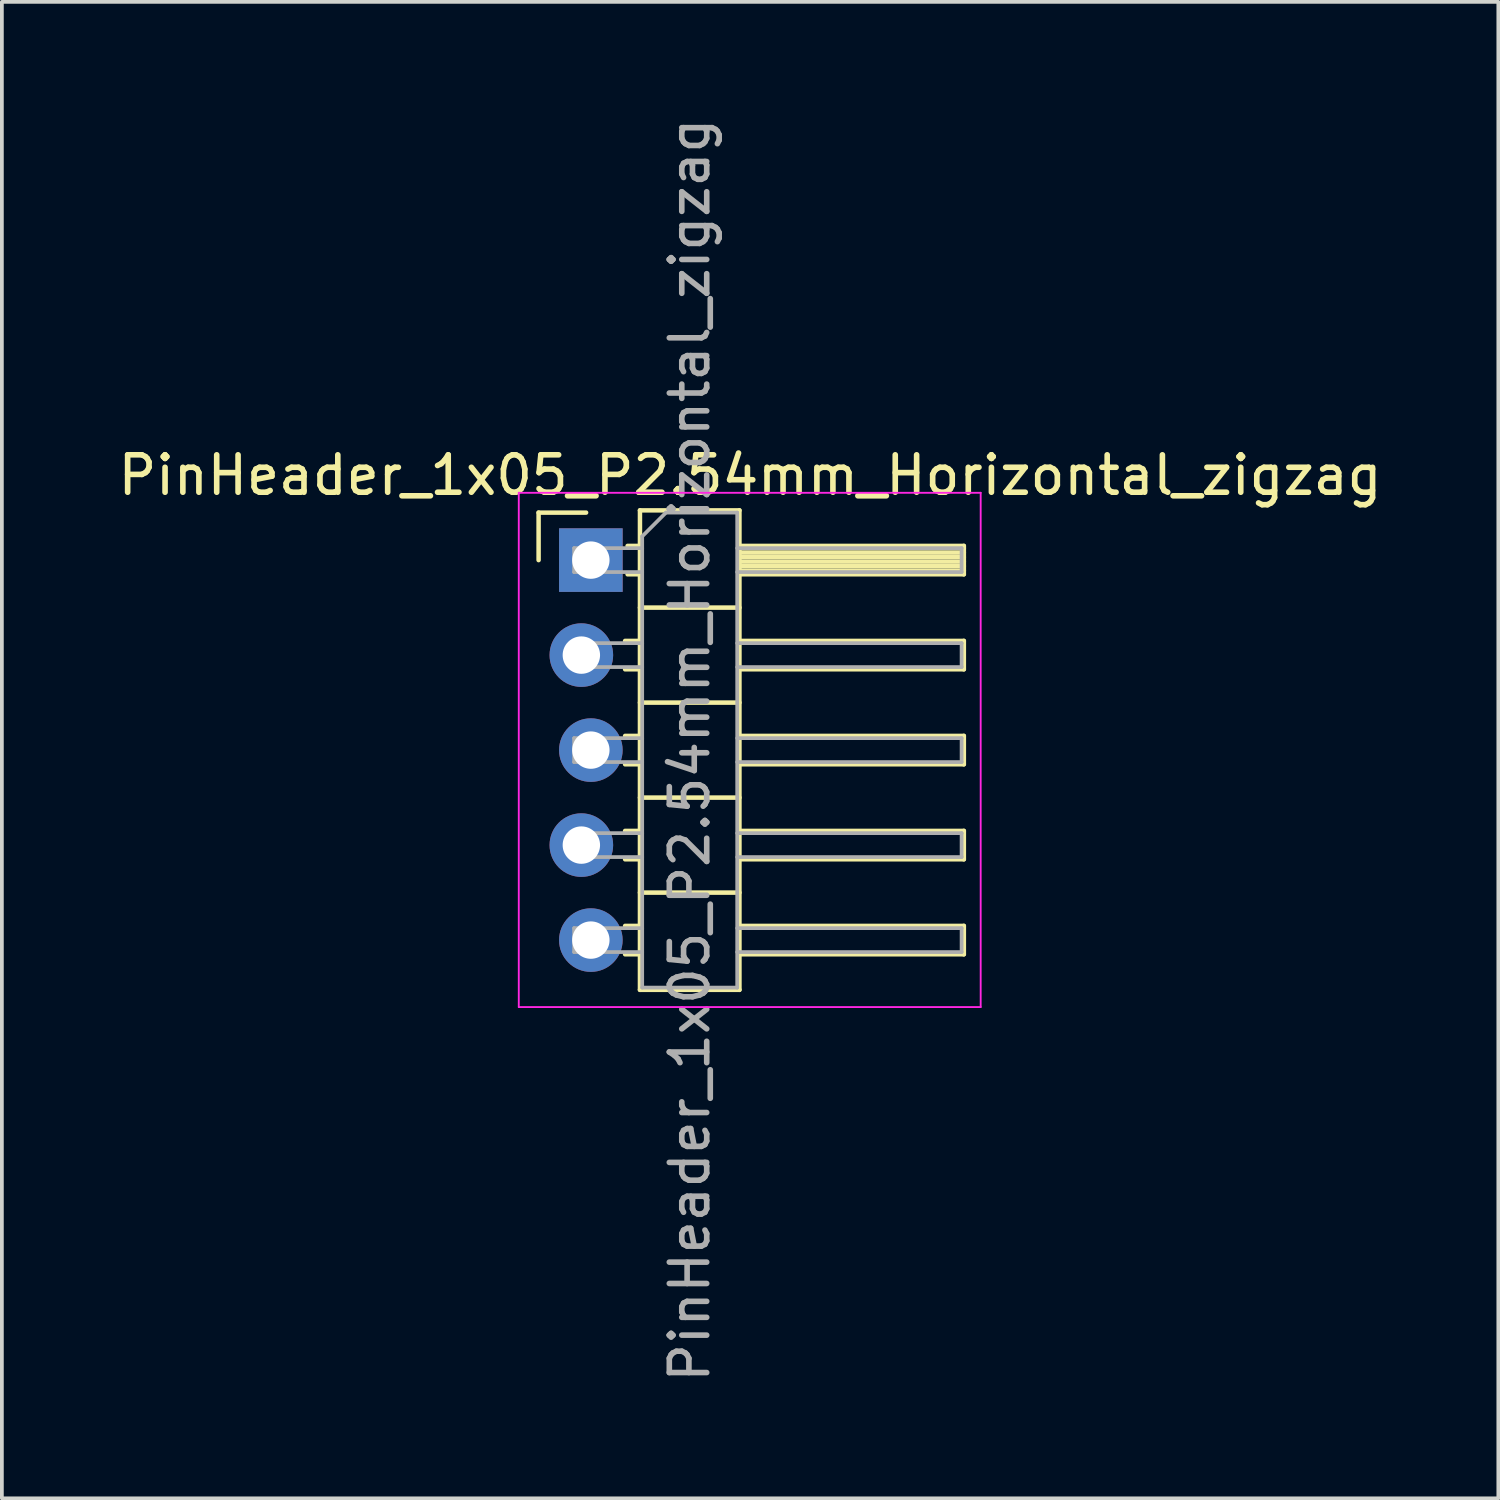
<source format=kicad_pcb>
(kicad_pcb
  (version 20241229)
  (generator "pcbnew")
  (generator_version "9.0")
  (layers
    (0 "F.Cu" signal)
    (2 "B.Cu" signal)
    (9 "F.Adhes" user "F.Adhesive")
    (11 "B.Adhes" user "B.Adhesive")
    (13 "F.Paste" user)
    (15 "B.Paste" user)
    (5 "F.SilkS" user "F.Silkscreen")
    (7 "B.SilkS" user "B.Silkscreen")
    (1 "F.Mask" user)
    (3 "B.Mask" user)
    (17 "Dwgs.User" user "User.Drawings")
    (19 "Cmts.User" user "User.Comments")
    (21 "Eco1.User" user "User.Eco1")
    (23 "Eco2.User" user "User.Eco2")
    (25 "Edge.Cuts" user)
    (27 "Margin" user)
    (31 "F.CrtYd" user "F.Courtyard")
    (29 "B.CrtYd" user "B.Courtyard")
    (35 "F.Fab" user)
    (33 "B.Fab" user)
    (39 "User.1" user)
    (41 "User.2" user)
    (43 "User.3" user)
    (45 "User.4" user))
  (footprint "PinHeader_1x05_P2.54mm_Horizontal_zigzag"
    (layer "F.Cu")
    (at 12.621 11.926)
    (property "Reference" "PinHeader_1x05_P2.54mm_Horizontal_zigzag" (at 4.385 -2.27 0) (layer "F.SilkS") (effects (font (size 1 1) (thickness 0.15))))
    (attr through_hole)
    (fp_line (start -1.27 -1.27) (end 0 -1.27) (stroke (width 0.12) (type solid)) (layer "F.SilkS"))
    (fp_line (start -1.27 0) (end -1.27 -1.27) (stroke (width 0.12) (type solid)) (layer "F.SilkS"))
    (fp_line (start 1.043 2.16) (end 1.44 2.16) (stroke (width 0.12) (type solid)) (layer "F.SilkS"))
    (fp_line (start 1.043 2.92) (end 1.44 2.92) (stroke (width 0.12) (type solid)) (layer "F.SilkS"))
    (fp_line (start 1.043 4.7) (end 1.44 4.7) (stroke (width 0.12) (type solid)) (layer "F.SilkS"))
    (fp_line (start 1.043 5.46) (end 1.44 5.46) (stroke (width 0.12) (type solid)) (layer "F.SilkS"))
    (fp_line (start 1.043 7.24) (end 1.44 7.24) (stroke (width 0.12) (type solid)) (layer "F.SilkS"))
    (fp_line (start 1.043 8) (end 1.44 8) (stroke (width 0.12) (type solid)) (layer "F.SilkS"))
    (fp_line (start 1.043 9.78) (end 1.44 9.78) (stroke (width 0.12) (type solid)) (layer "F.SilkS"))
    (fp_line (start 1.043 10.54) (end 1.44 10.54) (stroke (width 0.12) (type solid)) (layer "F.SilkS"))
    (fp_line (start 1.11 -0.38) (end 1.44 -0.38) (stroke (width 0.12) (type solid)) (layer "F.SilkS"))
    (fp_line (start 1.11 0.38) (end 1.44 0.38) (stroke (width 0.12) (type solid)) (layer "F.SilkS"))
    (fp_line (start 1.44 -1.33) (end 1.44 11.49) (stroke (width 0.12) (type solid)) (layer "F.SilkS"))
    (fp_line (start 1.44 1.27) (end 4.1 1.27) (stroke (width 0.12) (type solid)) (layer "F.SilkS"))
    (fp_line (start 1.44 3.81) (end 4.1 3.81) (stroke (width 0.12) (type solid)) (layer "F.SilkS"))
    (fp_line (start 1.44 6.35) (end 4.1 6.35) (stroke (width 0.12) (type solid)) (layer "F.SilkS"))
    (fp_line (start 1.44 8.89) (end 4.1 8.89) (stroke (width 0.12) (type solid)) (layer "F.SilkS"))
    (fp_line (start 1.44 11.49) (end 4.1 11.49) (stroke (width 0.12) (type solid)) (layer "F.SilkS"))
    (fp_line (start 4.1 -1.33) (end 1.44 -1.33) (stroke (width 0.12) (type solid)) (layer "F.SilkS"))
    (fp_line (start 4.1 -0.38) (end 10.1 -0.38) (stroke (width 0.12) (type solid)) (layer "F.SilkS"))
    (fp_line (start 4.1 -0.32) (end 10.1 -0.32) (stroke (width 0.12) (type solid)) (layer "F.SilkS"))
    (fp_line (start 4.1 -0.2) (end 10.1 -0.2) (stroke (width 0.12) (type solid)) (layer "F.SilkS"))
    (fp_line (start 4.1 -0.08) (end 10.1 -0.08) (stroke (width 0.12) (type solid)) (layer "F.SilkS"))
    (fp_line (start 4.1 0.04) (end 10.1 0.04) (stroke (width 0.12) (type solid)) (layer "F.SilkS"))
    (fp_line (start 4.1 0.16) (end 10.1 0.16) (stroke (width 0.12) (type solid)) (layer "F.SilkS"))
    (fp_line (start 4.1 0.28) (end 10.1 0.28) (stroke (width 0.12) (type solid)) (layer "F.SilkS"))
    (fp_line (start 4.1 2.16) (end 10.1 2.16) (stroke (width 0.12) (type solid)) (layer "F.SilkS"))
    (fp_line (start 4.1 4.7) (end 10.1 4.7) (stroke (width 0.12) (type solid)) (layer "F.SilkS"))
    (fp_line (start 4.1 7.24) (end 10.1 7.24) (stroke (width 0.12) (type solid)) (layer "F.SilkS"))
    (fp_line (start 4.1 9.78) (end 10.1 9.78) (stroke (width 0.12) (type solid)) (layer "F.SilkS"))
    (fp_line (start 4.1 11.49) (end 4.1 -1.33) (stroke (width 0.12) (type solid)) (layer "F.SilkS"))
    (fp_line (start 10.1 -0.38) (end 10.1 0.38) (stroke (width 0.12) (type solid)) (layer "F.SilkS"))
    (fp_line (start 10.1 0.38) (end 4.1 0.38) (stroke (width 0.12) (type solid)) (layer "F.SilkS"))
    (fp_line (start 10.1 2.16) (end 10.1 2.92) (stroke (width 0.12) (type solid)) (layer "F.SilkS"))
    (fp_line (start 10.1 2.92) (end 4.1 2.92) (stroke (width 0.12) (type solid)) (layer "F.SilkS"))
    (fp_line (start 10.1 4.7) (end 10.1 5.46) (stroke (width 0.12) (type solid)) (layer "F.SilkS"))
    (fp_line (start 10.1 5.46) (end 4.1 5.46) (stroke (width 0.12) (type solid)) (layer "F.SilkS"))
    (fp_line (start 10.1 7.24) (end 10.1 8) (stroke (width 0.12) (type solid)) (layer "F.SilkS"))
    (fp_line (start 10.1 8) (end 4.1 8) (stroke (width 0.12) (type solid)) (layer "F.SilkS"))
    (fp_line (start 10.1 9.78) (end 10.1 10.54) (stroke (width 0.12) (type solid)) (layer "F.SilkS"))
    (fp_line (start 10.1 10.54) (end 4.1 10.54) (stroke (width 0.12) (type solid)) (layer "F.SilkS"))
    (fp_line (start -1.8 -1.8) (end -1.8 11.95) (stroke (width 0.05) (type solid)) (layer "F.CrtYd"))
    (fp_line (start -1.8 11.95) (end 10.55 11.95) (stroke (width 0.05) (type solid)) (layer "F.CrtYd"))
    (fp_line (start 10.55 -1.8) (end -1.8 -1.8) (stroke (width 0.05) (type solid)) (layer "F.CrtYd"))
    (fp_line (start 10.55 11.95) (end 10.55 -1.8) (stroke (width 0.05) (type solid)) (layer "F.CrtYd"))
    (fp_line (start -0.32 -0.32) (end -0.32 0.32) (stroke (width 0.1) (type solid)) (layer "F.Fab"))
    (fp_line (start -0.32 -0.32) (end 1.5 -0.32) (stroke (width 0.1) (type solid)) (layer "F.Fab"))
    (fp_line (start -0.32 0.32) (end 1.5 0.32) (stroke (width 0.1) (type solid)) (layer "F.Fab"))
    (fp_line (start -0.32 2.22) (end -0.32 2.86) (stroke (width 0.1) (type solid)) (layer "F.Fab"))
    (fp_line (start -0.32 2.22) (end 1.5 2.22) (stroke (width 0.1) (type solid)) (layer "F.Fab"))
    (fp_line (start -0.32 2.86) (end 1.5 2.86) (stroke (width 0.1) (type solid)) (layer "F.Fab"))
    (fp_line (start -0.32 4.76) (end -0.32 5.4) (stroke (width 0.1) (type solid)) (layer "F.Fab"))
    (fp_line (start -0.32 4.76) (end 1.5 4.76) (stroke (width 0.1) (type solid)) (layer "F.Fab"))
    (fp_line (start -0.32 5.4) (end 1.5 5.4) (stroke (width 0.1) (type solid)) (layer "F.Fab"))
    (fp_line (start -0.32 7.3) (end -0.32 7.94) (stroke (width 0.1) (type solid)) (layer "F.Fab"))
    (fp_line (start -0.32 7.3) (end 1.5 7.3) (stroke (width 0.1) (type solid)) (layer "F.Fab"))
    (fp_line (start -0.32 7.94) (end 1.5 7.94) (stroke (width 0.1) (type solid)) (layer "F.Fab"))
    (fp_line (start -0.32 9.84) (end -0.32 10.48) (stroke (width 0.1) (type solid)) (layer "F.Fab"))
    (fp_line (start -0.32 9.84) (end 1.5 9.84) (stroke (width 0.1) (type solid)) (layer "F.Fab"))
    (fp_line (start -0.32 10.48) (end 1.5 10.48) (stroke (width 0.1) (type solid)) (layer "F.Fab"))
    (fp_line (start 1.5 -0.635) (end 2.135 -1.27) (stroke (width 0.1) (type solid)) (layer "F.Fab"))
    (fp_line (start 1.5 11.43) (end 1.5 -0.635) (stroke (width 0.1) (type solid)) (layer "F.Fab"))
    (fp_line (start 2.135 -1.27) (end 4.04 -1.27) (stroke (width 0.1) (type solid)) (layer "F.Fab"))
    (fp_line (start 4.04 -1.27) (end 4.04 11.43) (stroke (width 0.1) (type solid)) (layer "F.Fab"))
    (fp_line (start 4.04 -0.32) (end 10.04 -0.32) (stroke (width 0.1) (type solid)) (layer "F.Fab"))
    (fp_line (start 4.04 0.32) (end 10.04 0.32) (stroke (width 0.1) (type solid)) (layer "F.Fab"))
    (fp_line (start 4.04 2.22) (end 10.04 2.22) (stroke (width 0.1) (type solid)) (layer "F.Fab"))
    (fp_line (start 4.04 2.86) (end 10.04 2.86) (stroke (width 0.1) (type solid)) (layer "F.Fab"))
    (fp_line (start 4.04 4.76) (end 10.04 4.76) (stroke (width 0.1) (type solid)) (layer "F.Fab"))
    (fp_line (start 4.04 5.4) (end 10.04 5.4) (stroke (width 0.1) (type solid)) (layer "F.Fab"))
    (fp_line (start 4.04 7.3) (end 10.04 7.3) (stroke (width 0.1) (type solid)) (layer "F.Fab"))
    (fp_line (start 4.04 7.94) (end 10.04 7.94) (stroke (width 0.1) (type solid)) (layer "F.Fab"))
    (fp_line (start 4.04 9.84) (end 10.04 9.84) (stroke (width 0.1) (type solid)) (layer "F.Fab"))
    (fp_line (start 4.04 10.48) (end 10.04 10.48) (stroke (width 0.1) (type solid)) (layer "F.Fab"))
    (fp_line (start 4.04 11.43) (end 1.5 11.43) (stroke (width 0.1) (type solid)) (layer "F.Fab"))
    (fp_line (start 10.04 -0.32) (end 10.04 0.32) (stroke (width 0.1) (type solid)) (layer "F.Fab"))
    (fp_line (start 10.04 2.22) (end 10.04 2.86) (stroke (width 0.1) (type solid)) (layer "F.Fab"))
    (fp_line (start 10.04 4.76) (end 10.04 5.4) (stroke (width 0.1) (type solid)) (layer "F.Fab"))
    (fp_line (start 10.04 7.3) (end 10.04 7.94) (stroke (width 0.1) (type solid)) (layer "F.Fab"))
    (fp_line (start 10.04 9.84) (end 10.04 10.48) (stroke (width 0.1) (type solid)) (layer "F.Fab"))
    (fp_text user "${REFERENCE}" (at 2.77 5.08 90) (layer "F.Fab") (effects (font (size 1 1) (thickness 0.15))))
    (pad "1" thru_hole rect (at 0.127 0) (size 1.7 1.7) (drill 1) (layers "*.Cu" "*.Mask"))
    (pad "2" thru_hole oval (at -0.127 2.54) (size 1.7 1.7) (drill 1) (layers "*.Cu" "*.Mask"))
    (pad "3" thru_hole oval (at 0.127 5.08) (size 1.7 1.7) (drill 1) (layers "*.Cu" "*.Mask"))
    (pad "4" thru_hole oval (at -0.127 7.62) (size 1.7 1.7) (drill 1) (layers "*.Cu" "*.Mask"))
    (pad "5" thru_hole oval (at 0.127 10.16) (size 1.7 1.7) (drill 1) (layers "*.Cu" "*.Mask")))
  (gr_rect
    (start -3 -3)
    (end 37.012 37.012)
    (stroke (width 0.1) (type default))
    (fill no)
    (layer "Edge.Cuts")))
</source>
